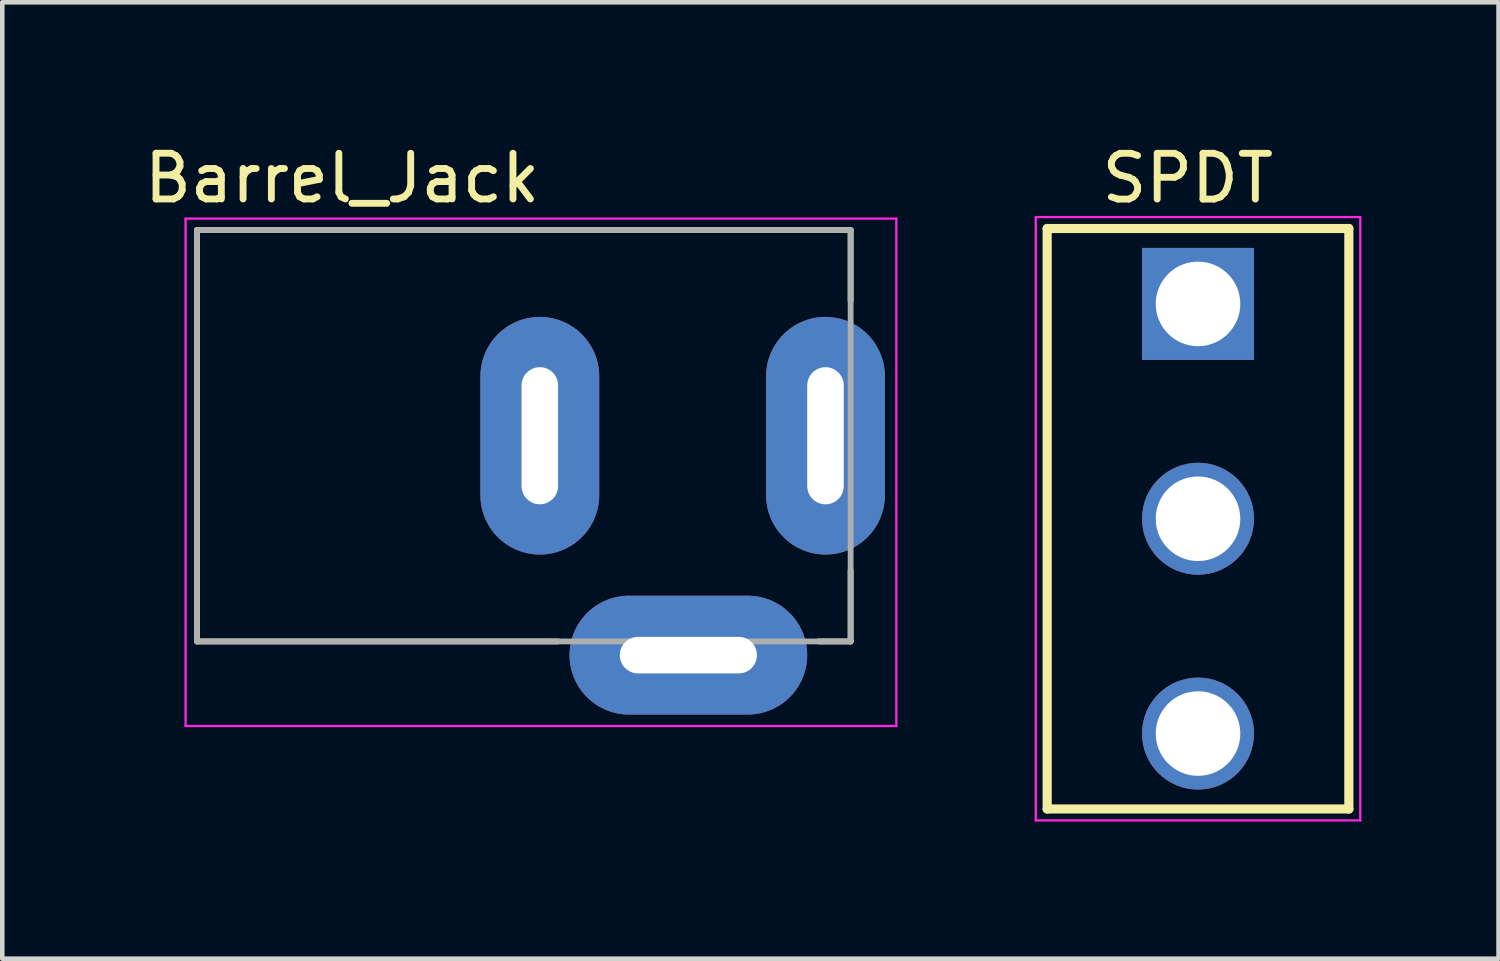
<source format=kicad_pcb>
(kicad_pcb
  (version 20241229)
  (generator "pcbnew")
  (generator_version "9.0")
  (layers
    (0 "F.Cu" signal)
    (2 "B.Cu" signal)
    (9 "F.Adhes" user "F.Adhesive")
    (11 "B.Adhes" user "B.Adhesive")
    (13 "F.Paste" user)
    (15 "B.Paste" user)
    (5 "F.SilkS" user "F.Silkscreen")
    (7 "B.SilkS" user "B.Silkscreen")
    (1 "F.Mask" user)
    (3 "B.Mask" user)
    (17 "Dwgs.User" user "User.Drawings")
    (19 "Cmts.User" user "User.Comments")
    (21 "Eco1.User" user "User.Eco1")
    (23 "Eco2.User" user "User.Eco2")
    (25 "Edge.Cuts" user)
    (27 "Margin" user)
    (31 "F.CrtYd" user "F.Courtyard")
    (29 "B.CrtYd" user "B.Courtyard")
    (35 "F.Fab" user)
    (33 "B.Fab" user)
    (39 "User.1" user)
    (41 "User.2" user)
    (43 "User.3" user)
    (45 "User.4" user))
  (footprint "Barrel_Jack"
    (layer "F.Cu")
    (at 1.26 6.483)
    (property "Reference" "Barrel_Jack" (at 3.175 -5.635 0) (layer "F.SilkS") (effects (font (size 1 1) (thickness 0.15))))
    (attr through_hole)
    (fp_line (start 0 -4.5) (end 14.3 -4.5) (stroke (width 0.127) (type solid)) (layer "F.SilkS"))
    (fp_line (start 0 4.5) (end 0 -4.5) (stroke (width 0.127) (type solid)) (layer "F.SilkS"))
    (fp_line (start 7.9 4.5) (end 0 4.5) (stroke (width 0.127) (type solid)) (layer "F.SilkS"))
    (fp_line (start 14.3 -4.5) (end 14.3 -2.95) (stroke (width 0.127) (type solid)) (layer "F.SilkS"))
    (fp_line (start 14.3 2.95) (end 14.3 4.5) (stroke (width 0.127) (type solid)) (layer "F.SilkS"))
    (fp_line (start 14.3 4.5) (end 13.6 4.5) (stroke (width 0.127) (type solid)) (layer "F.SilkS"))
    (fp_line (start -0.25 -4.75) (end 15.3 -4.75) (stroke (width 0.05) (type solid)) (layer "F.CrtYd"))
    (fp_line (start -0.25 6.35) (end -0.25 -4.75) (stroke (width 0.05) (type solid)) (layer "F.CrtYd"))
    (fp_line (start 15.3 -4.75) (end 15.3 6.35) (stroke (width 0.05) (type solid)) (layer "F.CrtYd"))
    (fp_line (start 15.3 6.35) (end -0.25 6.35) (stroke (width 0.05) (type solid)) (layer "F.CrtYd"))
    (fp_line (start 0 -4.5) (end 14.3 -4.5) (stroke (width 0.127) (type solid)) (layer "F.Fab"))
    (fp_line (start 0 4.5) (end 0 -4.5) (stroke (width 0.127) (type solid)) (layer "F.Fab"))
    (fp_line (start 14.3 -4.5) (end 14.3 4.5) (stroke (width 0.127) (type solid)) (layer "F.Fab"))
    (fp_line (start 14.3 4.5) (end 0 4.5) (stroke (width 0.127) (type solid)) (layer "F.Fab"))
    (pad "1" thru_hole oval (at 13.75 0) (size 2.6 5.2) (drill oval 0.8 3) (layers "*.Cu" "*.Mask"))
    (pad "2" thru_hole oval (at 7.5 0) (size 2.6 5.2) (drill oval 0.8 3) (layers "*.Cu" "*.Mask"))
    (pad "3" thru_hole oval (at 10.75 4.8) (size 5.2 2.6) (drill oval 3 0.8) (layers "*.Cu" "*.Mask")))
  (footprint "SPDT"
    (layer "F.Cu")
    (at 23.16 8.299)
    (property "Reference" "SPDT" (at -0.225 -7.449 0) (layer "F.SilkS") (effects (font (size 1.002 1.002) (thickness 0.15))))
    (attr through_hole)
    (fp_line (start -3.3 -6.35) (end 3.3 -6.35) (stroke (width 0.2) (type solid)) (layer "F.SilkS"))
    (fp_line (start -3.3 6.35) (end -3.3 -6.35) (stroke (width 0.2) (type solid)) (layer "F.SilkS"))
    (fp_line (start 3.3 -6.35) (end 3.3 6.35) (stroke (width 0.2) (type solid)) (layer "F.SilkS"))
    (fp_line (start 3.3 6.35) (end -3.3 6.35) (stroke (width 0.2) (type solid)) (layer "F.SilkS"))
    (fp_line (start -3.55 -6.6) (end 3.55 -6.6) (stroke (width 0.05) (type solid)) (layer "F.CrtYd"))
    (fp_line (start -3.55 6.6) (end -3.55 -6.6) (stroke (width 0.05) (type solid)) (layer "F.CrtYd"))
    (fp_line (start 3.55 -6.6) (end 3.55 6.6) (stroke (width 0.05) (type solid)) (layer "F.CrtYd"))
    (fp_line (start 3.55 6.6) (end -3.55 6.6) (stroke (width 0.05) (type solid)) (layer "F.CrtYd"))
    (pad "1" thru_hole rect (at 0 -4.7) (size 2.45 2.45) (drill 1.85) (layers "*.Cu" "*.Mask"))
    (pad "2" thru_hole circle (at 0 0) (size 2.45 2.45) (drill 1.85) (layers "*.Cu" "*.Mask"))
    (pad "3" thru_hole circle (at 0 4.7) (size 2.45 2.45) (drill 1.85) (layers "*.Cu" "*.Mask")))
  (gr_rect
    (start -3 -3)
    (end 29.735 17.924)
    (stroke (width 0.1) (type default))
    (fill no)
    (layer "Edge.Cuts")))
</source>
